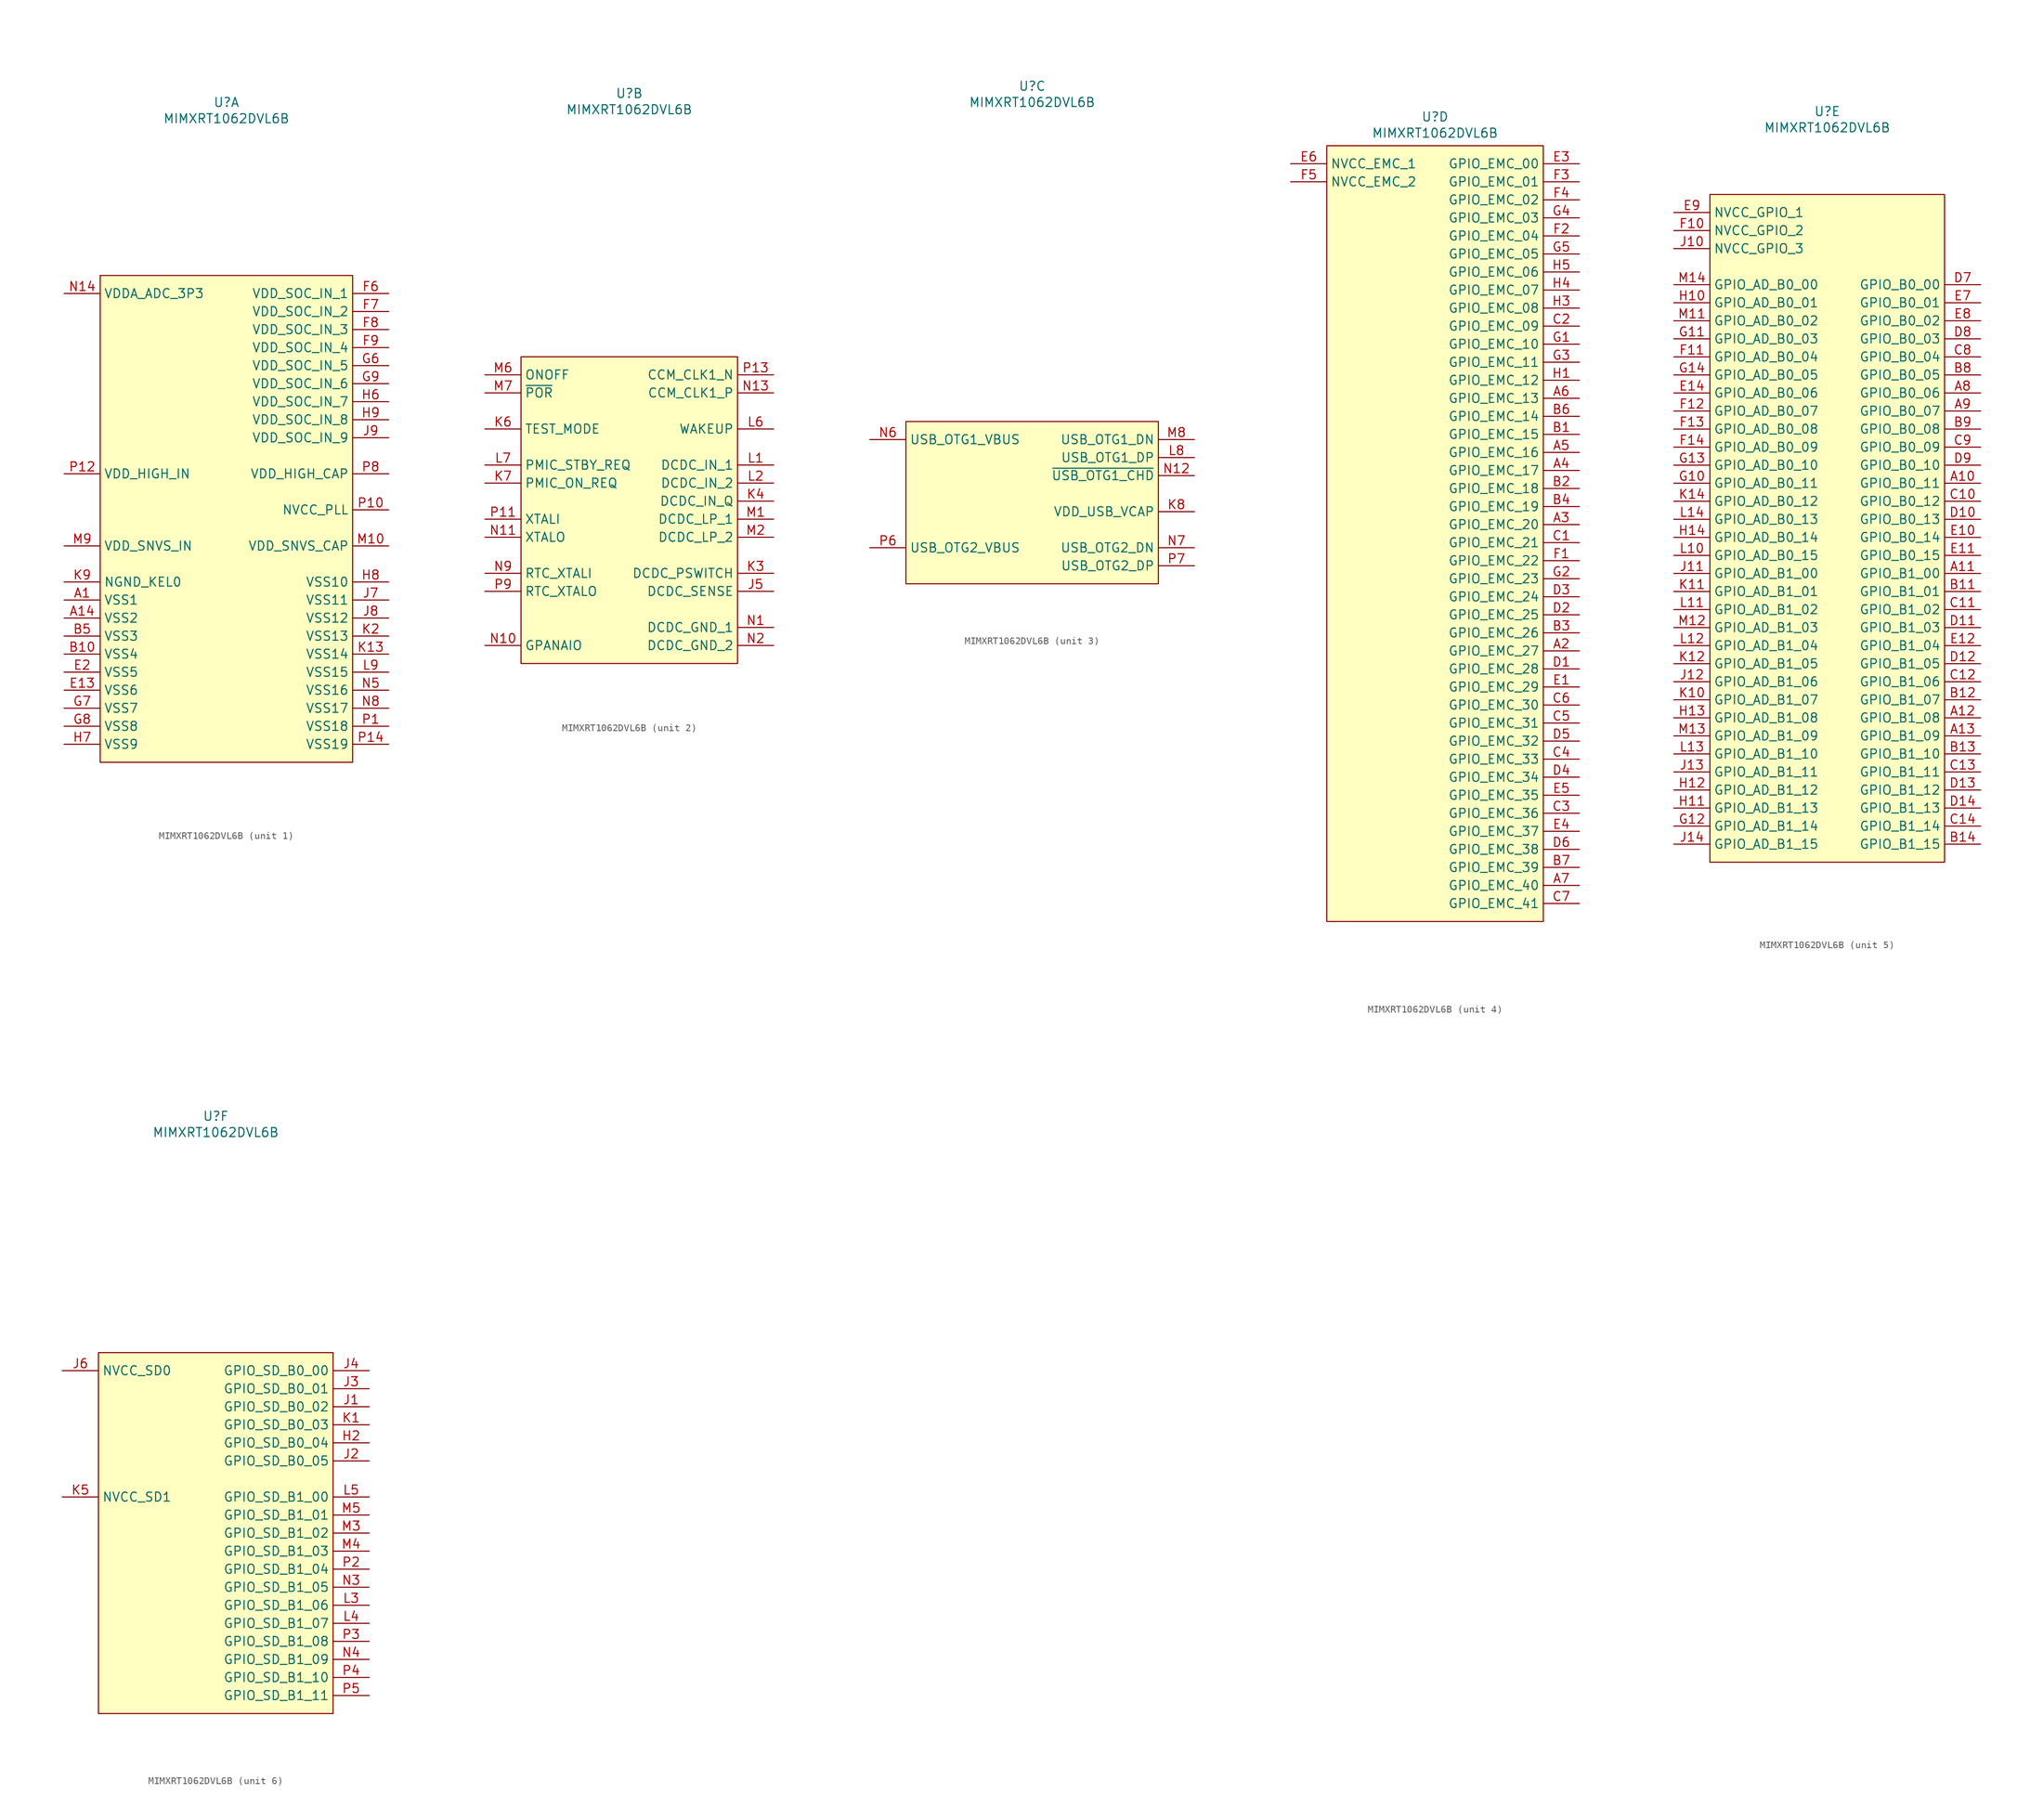
<source format=kicad_sym>
(kicad_symbol_lib
  (version 20241209)
  (generator "kicad_symbol_editor")
  (generator_version "9.0")
  (symbol "MIMXRT1062DVL6B"
    (property "Reference" "U"
      (at 0 58.674 0)
      (effects (font (size 1.27 1.27))))
    (property "Value" "MIMXRT1062DVL6B"
      (at 0 56.388 0)
      (effects (font (size 1.27 1.27))))
    (property "ki_locked" ""
      (at 0 0 0)
      (effects (font (size 1.27 1.27))))
    (symbol "MIMXRT1062DVL6B_1_1"
      (rectangle (start -17.78 34.29) (end 17.78 -34.29) (stroke (width 0) (type solid)) (fill (type color) (color 255 255 194 1)))
      (pin power_in line (at -22.86 31.75 0) (length 5.08) (name "VDDA_ADC_3P3" (effects (font (size 1.27 1.27)))) (number "N14" (effects (font (size 1.27 1.27)))))
      (pin power_in line (at -22.86 6.35 0) (length 5.08) (name "VDD_HIGH_IN" (effects (font (size 1.27 1.27)))) (number "P12" (effects (font (size 1.27 1.27)))))
      (pin power_in line (at -22.86 -3.81 0) (length 5.08) (name "VDD_SNVS_IN" (effects (font (size 1.27 1.27)))) (number "M9" (effects (font (size 1.27 1.27)))))
      (pin power_in line (at -22.86 -8.89 0) (length 5.08) (name "NGND_KEL0" (effects (font (size 1.27 1.27)))) (number "K9" (effects (font (size 1.27 1.27)))))
      (pin power_in line (at -22.86 -11.43 0) (length 5.08) (name "VSS1" (effects (font (size 1.27 1.27)))) (number "A1" (effects (font (size 1.27 1.27)))))
      (pin power_in line (at -22.86 -13.97 0) (length 5.08) (name "VSS2" (effects (font (size 1.27 1.27)))) (number "A14" (effects (font (size 1.27 1.27)))))
      (pin power_in line (at -22.86 -16.51 0) (length 5.08) (name "VSS3" (effects (font (size 1.27 1.27)))) (number "B5" (effects (font (size 1.27 1.27)))))
      (pin power_in line (at -22.86 -19.05 0) (length 5.08) (name "VSS4" (effects (font (size 1.27 1.27)))) (number "B10" (effects (font (size 1.27 1.27)))))
      (pin power_in line (at -22.86 -21.59 0) (length 5.08) (name "VSS5" (effects (font (size 1.27 1.27)))) (number "E2" (effects (font (size 1.27 1.27)))))
      (pin power_in line (at -22.86 -24.13 0) (length 5.08) (name "VSS6" (effects (font (size 1.27 1.27)))) (number "E13" (effects (font (size 1.27 1.27)))))
      (pin power_in line (at -22.86 -26.67 0) (length 5.08) (name "VSS7" (effects (font (size 1.27 1.27)))) (number "G7" (effects (font (size 1.27 1.27)))))
      (pin power_in line (at -22.86 -29.21 0) (length 5.08) (name "VSS8" (effects (font (size 1.27 1.27)))) (number "G8" (effects (font (size 1.27 1.27)))))
      (pin power_in line (at -22.86 -31.75 0) (length 5.08) (name "VSS9" (effects (font (size 1.27 1.27)))) (number "H7" (effects (font (size 1.27 1.27)))))
      (pin power_in line (at 22.86 31.75 180) (length 5.08) (name "VDD_SOC_IN_1" (effects (font (size 1.27 1.27)))) (number "F6" (effects (font (size 1.27 1.27)))))
      (pin power_in line (at 22.86 29.21 180) (length 5.08) (name "VDD_SOC_IN_2" (effects (font (size 1.27 1.27)))) (number "F7" (effects (font (size 1.27 1.27)))))
      (pin power_in line (at 22.86 26.67 180) (length 5.08) (name "VDD_SOC_IN_3" (effects (font (size 1.27 1.27)))) (number "F8" (effects (font (size 1.27 1.27)))))
      (pin power_in line (at 22.86 24.13 180) (length 5.08) (name "VDD_SOC_IN_4" (effects (font (size 1.27 1.27)))) (number "F9" (effects (font (size 1.27 1.27)))))
      (pin power_in line (at 22.86 21.59 180) (length 5.08) (name "VDD_SOC_IN_5" (effects (font (size 1.27 1.27)))) (number "G6" (effects (font (size 1.27 1.27)))))
      (pin power_in line (at 22.86 19.05 180) (length 5.08) (name "VDD_SOC_IN_6" (effects (font (size 1.27 1.27)))) (number "G9" (effects (font (size 1.27 1.27)))))
      (pin power_in line (at 22.86 16.51 180) (length 5.08) (name "VDD_SOC_IN_7" (effects (font (size 1.27 1.27)))) (number "H6" (effects (font (size 1.27 1.27)))))
      (pin power_in line (at 22.86 13.97 180) (length 5.08) (name "VDD_SOC_IN_8" (effects (font (size 1.27 1.27)))) (number "H9" (effects (font (size 1.27 1.27)))))
      (pin power_in line (at 22.86 11.43 180) (length 5.08) (name "VDD_SOC_IN_9" (effects (font (size 1.27 1.27)))) (number "J9" (effects (font (size 1.27 1.27)))))
      (pin power_in line (at 22.86 6.35 180) (length 5.08) (name "VDD_HIGH_CAP" (effects (font (size 1.27 1.27)))) (number "P8" (effects (font (size 1.27 1.27)))))
      (pin power_in line (at 22.86 1.27 180) (length 5.08) (name "NVCC_PLL" (effects (font (size 1.27 1.27)))) (number "P10" (effects (font (size 1.27 1.27)))))
      (pin power_in line (at 22.86 -3.81 180) (length 5.08) (name "VDD_SNVS_CAP" (effects (font (size 1.27 1.27)))) (number "M10" (effects (font (size 1.27 1.27)))))
      (pin power_in line (at 22.86 -8.89 180) (length 5.08) (name "VSS10" (effects (font (size 1.27 1.27)))) (number "H8" (effects (font (size 1.27 1.27)))))
      (pin power_in line (at 22.86 -11.43 180) (length 5.08) (name "VSS11" (effects (font (size 1.27 1.27)))) (number "J7" (effects (font (size 1.27 1.27)))))
      (pin power_in line (at 22.86 -13.97 180) (length 5.08) (name "VSS12" (effects (font (size 1.27 1.27)))) (number "J8" (effects (font (size 1.27 1.27)))))
      (pin power_in line (at 22.86 -16.51 180) (length 5.08) (name "VSS13" (effects (font (size 1.27 1.27)))) (number "K2" (effects (font (size 1.27 1.27)))))
      (pin power_in line (at 22.86 -19.05 180) (length 5.08) (name "VSS14" (effects (font (size 1.27 1.27)))) (number "K13" (effects (font (size 1.27 1.27)))))
      (pin power_in line (at 22.86 -21.59 180) (length 5.08) (name "VSS15" (effects (font (size 1.27 1.27)))) (number "L9" (effects (font (size 1.27 1.27)))))
      (pin power_in line (at 22.86 -24.13 180) (length 5.08) (name "VSS16" (effects (font (size 1.27 1.27)))) (number "N5" (effects (font (size 1.27 1.27)))))
      (pin power_in line (at 22.86 -26.67 180) (length 5.08) (name "VSS17" (effects (font (size 1.27 1.27)))) (number "N8" (effects (font (size 1.27 1.27)))))
      (pin power_in line (at 22.86 -29.21 180) (length 5.08) (name "VSS18" (effects (font (size 1.27 1.27)))) (number "P1" (effects (font (size 1.27 1.27)))))
      (pin power_in line (at 22.86 -31.75 180) (length 5.08) (name "VSS19" (effects (font (size 1.27 1.27)))) (number "P14" (effects (font (size 1.27 1.27))))))
    (symbol "MIMXRT1062DVL6B_2_1"
      (rectangle (start -15.24 21.59) (end 15.24 -21.59) (stroke (width 0) (type solid)) (fill (type color) (color 255 255 194 1)))
      (pin input line (at -20.32 19.05 0) (length 5.08) (name "ONOFF" (effects (font (size 1.27 1.27)))) (number "M6" (effects (font (size 1.27 1.27)))))
      (pin bidirectional line (at -20.32 16.51 0) (length 5.08) (name "~{POR}" (effects (font (size 1.27 1.27)))) (number "M7" (effects (font (size 1.27 1.27)))))
      (pin bidirectional line (at -20.32 11.43 0) (length 5.08) (name "TEST_MODE" (effects (font (size 1.27 1.27)))) (number "K6" (effects (font (size 1.27 1.27)))))
      (pin bidirectional line (at -20.32 6.35 0) (length 5.08) (name "PMIC_STBY_REQ" (effects (font (size 1.27 1.27)))) (number "L7" (effects (font (size 1.27 1.27)))))
      (pin bidirectional line (at -20.32 3.81 0) (length 5.08) (name "PMIC_ON_REQ" (effects (font (size 1.27 1.27)))) (number "K7" (effects (font (size 1.27 1.27)))))
      (pin input line (at -20.32 -1.27 0) (length 5.08) (name "XTALI" (effects (font (size 1.27 1.27)))) (number "P11" (effects (font (size 1.27 1.27)))))
      (pin bidirectional line (at -20.32 -3.81 0) (length 5.08) (name "XTALO" (effects (font (size 1.27 1.27)))) (number "N11" (effects (font (size 1.27 1.27)))))
      (pin input line (at -20.32 -8.89 0) (length 5.08) (name "RTC_XTALI" (effects (font (size 1.27 1.27)))) (number "N9" (effects (font (size 1.27 1.27)))))
      (pin bidirectional line (at -20.32 -11.43 0) (length 5.08) (name "RTC_XTALO" (effects (font (size 1.27 1.27)))) (number "P9" (effects (font (size 1.27 1.27)))))
      (pin bidirectional line (at -20.32 -19.05 0) (length 5.08) (name "GPANAIO" (effects (font (size 1.27 1.27)))) (number "N10" (effects (font (size 1.27 1.27)))))
      (pin bidirectional line (at 20.32 19.05 180) (length 5.08) (name "CCM_CLK1_N" (effects (font (size 1.27 1.27)))) (number "P13" (effects (font (size 1.27 1.27)))))
      (pin bidirectional line (at 20.32 16.51 180) (length 5.08) (name "CCM_CLK1_P" (effects (font (size 1.27 1.27)))) (number "N13" (effects (font (size 1.27 1.27)))))
      (pin bidirectional line (at 20.32 11.43 180) (length 5.08) (name "WAKEUP" (effects (font (size 1.27 1.27)))) (number "L6" (effects (font (size 1.27 1.27)))))
      (pin bidirectional line (at 20.32 6.35 180) (length 5.08) (name "DCDC_IN_1" (effects (font (size 1.27 1.27)))) (number "L1" (effects (font (size 1.27 1.27)))))
      (pin bidirectional line (at 20.32 3.81 180) (length 5.08) (name "DCDC_IN_2" (effects (font (size 1.27 1.27)))) (number "L2" (effects (font (size 1.27 1.27)))))
      (pin bidirectional line (at 20.32 1.27 180) (length 5.08) (name "DCDC_IN_Q" (effects (font (size 1.27 1.27)))) (number "K4" (effects (font (size 1.27 1.27)))))
      (pin bidirectional line (at 20.32 -1.27 180) (length 5.08) (name "DCDC_LP_1" (effects (font (size 1.27 1.27)))) (number "M1" (effects (font (size 1.27 1.27)))))
      (pin bidirectional line (at 20.32 -3.81 180) (length 5.08) (name "DCDC_LP_2" (effects (font (size 1.27 1.27)))) (number "M2" (effects (font (size 1.27 1.27)))))
      (pin bidirectional line (at 20.32 -8.89 180) (length 5.08) (name "DCDC_PSWITCH" (effects (font (size 1.27 1.27)))) (number "K3" (effects (font (size 1.27 1.27)))))
      (pin bidirectional line (at 20.32 -11.43 180) (length 5.08) (name "DCDC_SENSE" (effects (font (size 1.27 1.27)))) (number "J5" (effects (font (size 1.27 1.27)))))
      (pin power_in line (at 20.32 -16.51 180) (length 5.08) (name "DCDC_GND_1" (effects (font (size 1.27 1.27)))) (number "N1" (effects (font (size 1.27 1.27)))))
      (pin power_in line (at 20.32 -19.05 180) (length 5.08) (name "DCDC_GND_2" (effects (font (size 1.27 1.27)))) (number "N2" (effects (font (size 1.27 1.27))))))
    (symbol "MIMXRT1062DVL6B_3_1"
      (rectangle (start -17.78 11.43) (end 17.78 -11.43) (stroke (width 0) (type solid)) (fill (type color) (color 255 255 194 1)))
      (pin power_in line (at -22.86 8.89 0) (length 5.08) (name "USB_OTG1_VBUS" (effects (font (size 1.27 1.27)))) (number "N6" (effects (font (size 1.27 1.27)))))
      (pin power_in line (at -22.86 -6.35 0) (length 5.08) (name "USB_OTG2_VBUS" (effects (font (size 1.27 1.27)))) (number "P6" (effects (font (size 1.27 1.27)))))
      (pin bidirectional line (at 22.86 8.89 180) (length 5.08) (name "USB_OTG1_DN" (effects (font (size 1.27 1.27)))) (number "M8" (effects (font (size 1.27 1.27)))))
      (pin bidirectional line (at 22.86 6.35 180) (length 5.08) (name "USB_OTG1_DP" (effects (font (size 1.27 1.27)))) (number "L8" (effects (font (size 1.27 1.27)))))
      (pin bidirectional line (at 22.86 3.81 180) (length 5.08) (name "~{USB_OTG1_CHD}" (effects (font (size 1.27 1.27)))) (number "N12" (effects (font (size 1.27 1.27)))))
      (pin power_in line (at 22.86 -1.27 180) (length 5.08) (name "VDD_USB_VCAP" (effects (font (size 1.27 1.27)))) (number "K8" (effects (font (size 1.27 1.27)))))
      (pin bidirectional line (at 22.86 -6.35 180) (length 5.08) (name "USB_OTG2_DN" (effects (font (size 1.27 1.27)))) (number "N7" (effects (font (size 1.27 1.27)))))
      (pin bidirectional line (at 22.86 -8.89 180) (length 5.08) (name "USB_OTG2_DP" (effects (font (size 1.27 1.27)))) (number "P7" (effects (font (size 1.27 1.27))))))
    (symbol "MIMXRT1062DVL6B_4_1"
      (rectangle (start -15.24 54.61) (end 15.24 -54.61) (stroke (width 0) (type solid)) (fill (type color) (color 255 255 194 1)))
      (pin power_in line (at -20.32 52.07 0) (length 5.08) (name "NVCC_EMC_1" (effects (font (size 1.27 1.27)))) (number "E6" (effects (font (size 1.27 1.27)))))
      (pin power_in line (at -20.32 49.53 0) (length 5.08) (name "NVCC_EMC_2" (effects (font (size 1.27 1.27)))) (number "F5" (effects (font (size 1.27 1.27)))))
      (pin bidirectional line (at 20.32 52.07 180) (length 5.08) (name "GPIO_EMC_00" (effects (font (size 1.27 1.27)))) (number "E3" (effects (font (size 1.27 1.27)))))
      (pin bidirectional line (at 20.32 49.53 180) (length 5.08) (name "GPIO_EMC_01" (effects (font (size 1.27 1.27)))) (number "F3" (effects (font (size 1.27 1.27)))))
      (pin bidirectional line (at 20.32 46.99 180) (length 5.08) (name "GPIO_EMC_02" (effects (font (size 1.27 1.27)))) (number "F4" (effects (font (size 1.27 1.27)))))
      (pin bidirectional line (at 20.32 44.45 180) (length 5.08) (name "GPIO_EMC_03" (effects (font (size 1.27 1.27)))) (number "G4" (effects (font (size 1.27 1.27)))))
      (pin bidirectional line (at 20.32 41.91 180) (length 5.08) (name "GPIO_EMC_04" (effects (font (size 1.27 1.27)))) (number "F2" (effects (font (size 1.27 1.27)))))
      (pin bidirectional line (at 20.32 39.37 180) (length 5.08) (name "GPIO_EMC_05" (effects (font (size 1.27 1.27)))) (number "G5" (effects (font (size 1.27 1.27)))))
      (pin bidirectional line (at 20.32 36.83 180) (length 5.08) (name "GPIO_EMC_06" (effects (font (size 1.27 1.27)))) (number "H5" (effects (font (size 1.27 1.27)))))
      (pin bidirectional line (at 20.32 34.29 180) (length 5.08) (name "GPIO_EMC_07" (effects (font (size 1.27 1.27)))) (number "H4" (effects (font (size 1.27 1.27)))))
      (pin bidirectional line (at 20.32 31.75 180) (length 5.08) (name "GPIO_EMC_08" (effects (font (size 1.27 1.27)))) (number "H3" (effects (font (size 1.27 1.27)))))
      (pin bidirectional line (at 20.32 29.21 180) (length 5.08) (name "GPIO_EMC_09" (effects (font (size 1.27 1.27)))) (number "C2" (effects (font (size 1.27 1.27)))))
      (pin bidirectional line (at 20.32 26.67 180) (length 5.08) (name "GPIO_EMC_10" (effects (font (size 1.27 1.27)))) (number "G1" (effects (font (size 1.27 1.27)))))
      (pin bidirectional line (at 20.32 24.13 180) (length 5.08) (name "GPIO_EMC_11" (effects (font (size 1.27 1.27)))) (number "G3" (effects (font (size 1.27 1.27)))))
      (pin bidirectional line (at 20.32 21.59 180) (length 5.08) (name "GPIO_EMC_12" (effects (font (size 1.27 1.27)))) (number "H1" (effects (font (size 1.27 1.27)))))
      (pin bidirectional line (at 20.32 19.05 180) (length 5.08) (name "GPIO_EMC_13" (effects (font (size 1.27 1.27)))) (number "A6" (effects (font (size 1.27 1.27)))))
      (pin bidirectional line (at 20.32 16.51 180) (length 5.08) (name "GPIO_EMC_14" (effects (font (size 1.27 1.27)))) (number "B6" (effects (font (size 1.27 1.27)))))
      (pin bidirectional line (at 20.32 13.97 180) (length 5.08) (name "GPIO_EMC_15" (effects (font (size 1.27 1.27)))) (number "B1" (effects (font (size 1.27 1.27)))))
      (pin bidirectional line (at 20.32 11.43 180) (length 5.08) (name "GPIO_EMC_16" (effects (font (size 1.27 1.27)))) (number "A5" (effects (font (size 1.27 1.27)))))
      (pin bidirectional line (at 20.32 8.89 180) (length 5.08) (name "GPIO_EMC_17" (effects (font (size 1.27 1.27)))) (number "A4" (effects (font (size 1.27 1.27)))))
      (pin bidirectional line (at 20.32 6.35 180) (length 5.08) (name "GPIO_EMC_18" (effects (font (size 1.27 1.27)))) (number "B2" (effects (font (size 1.27 1.27)))))
      (pin bidirectional line (at 20.32 3.81 180) (length 5.08) (name "GPIO_EMC_19" (effects (font (size 1.27 1.27)))) (number "B4" (effects (font (size 1.27 1.27)))))
      (pin bidirectional line (at 20.32 1.27 180) (length 5.08) (name "GPIO_EMC_20" (effects (font (size 1.27 1.27)))) (number "A3" (effects (font (size 1.27 1.27)))))
      (pin bidirectional line (at 20.32 -1.27 180) (length 5.08) (name "GPIO_EMC_21" (effects (font (size 1.27 1.27)))) (number "C1" (effects (font (size 1.27 1.27)))))
      (pin bidirectional line (at 20.32 -3.81 180) (length 5.08) (name "GPIO_EMC_22" (effects (font (size 1.27 1.27)))) (number "F1" (effects (font (size 1.27 1.27)))))
      (pin bidirectional line (at 20.32 -6.35 180) (length 5.08) (name "GPIO_EMC_23" (effects (font (size 1.27 1.27)))) (number "G2" (effects (font (size 1.27 1.27)))))
      (pin bidirectional line (at 20.32 -8.89 180) (length 5.08) (name "GPIO_EMC_24" (effects (font (size 1.27 1.27)))) (number "D3" (effects (font (size 1.27 1.27)))))
      (pin bidirectional line (at 20.32 -11.43 180) (length 5.08) (name "GPIO_EMC_25" (effects (font (size 1.27 1.27)))) (number "D2" (effects (font (size 1.27 1.27)))))
      (pin bidirectional line (at 20.32 -13.97 180) (length 5.08) (name "GPIO_EMC_26" (effects (font (size 1.27 1.27)))) (number "B3" (effects (font (size 1.27 1.27)))))
      (pin bidirectional line (at 20.32 -16.51 180) (length 5.08) (name "GPIO_EMC_27" (effects (font (size 1.27 1.27)))) (number "A2" (effects (font (size 1.27 1.27)))))
      (pin bidirectional line (at 20.32 -19.05 180) (length 5.08) (name "GPIO_EMC_28" (effects (font (size 1.27 1.27)))) (number "D1" (effects (font (size 1.27 1.27)))))
      (pin bidirectional line (at 20.32 -21.59 180) (length 5.08) (name "GPIO_EMC_29" (effects (font (size 1.27 1.27)))) (number "E1" (effects (font (size 1.27 1.27)))))
      (pin bidirectional line (at 20.32 -24.13 180) (length 5.08) (name "GPIO_EMC_30" (effects (font (size 1.27 1.27)))) (number "C6" (effects (font (size 1.27 1.27)))))
      (pin bidirectional line (at 20.32 -26.67 180) (length 5.08) (name "GPIO_EMC_31" (effects (font (size 1.27 1.27)))) (number "C5" (effects (font (size 1.27 1.27)))))
      (pin bidirectional line (at 20.32 -29.21 180) (length 5.08) (name "GPIO_EMC_32" (effects (font (size 1.27 1.27)))) (number "D5" (effects (font (size 1.27 1.27)))))
      (pin bidirectional line (at 20.32 -31.75 180) (length 5.08) (name "GPIO_EMC_33" (effects (font (size 1.27 1.27)))) (number "C4" (effects (font (size 1.27 1.27)))))
      (pin bidirectional line (at 20.32 -34.29 180) (length 5.08) (name "GPIO_EMC_34" (effects (font (size 1.27 1.27)))) (number "D4" (effects (font (size 1.27 1.27)))))
      (pin bidirectional line (at 20.32 -36.83 180) (length 5.08) (name "GPIO_EMC_35" (effects (font (size 1.27 1.27)))) (number "E5" (effects (font (size 1.27 1.27)))))
      (pin bidirectional line (at 20.32 -39.37 180) (length 5.08) (name "GPIO_EMC_36" (effects (font (size 1.27 1.27)))) (number "C3" (effects (font (size 1.27 1.27)))))
      (pin bidirectional line (at 20.32 -41.91 180) (length 5.08) (name "GPIO_EMC_37" (effects (font (size 1.27 1.27)))) (number "E4" (effects (font (size 1.27 1.27)))))
      (pin bidirectional line (at 20.32 -44.45 180) (length 5.08) (name "GPIO_EMC_38" (effects (font (size 1.27 1.27)))) (number "D6" (effects (font (size 1.27 1.27)))))
      (pin bidirectional line (at 20.32 -46.99 180) (length 5.08) (name "GPIO_EMC_39" (effects (font (size 1.27 1.27)))) (number "B7" (effects (font (size 1.27 1.27)))))
      (pin bidirectional line (at 20.32 -49.53 180) (length 5.08) (name "GPIO_EMC_40" (effects (font (size 1.27 1.27)))) (number "A7" (effects (font (size 1.27 1.27)))))
      (pin bidirectional line (at 20.32 -52.07 180) (length 5.08) (name "GPIO_EMC_41" (effects (font (size 1.27 1.27)))) (number "C7" (effects (font (size 1.27 1.27))))))
    (symbol "MIMXRT1062DVL6B_5_1"
      (rectangle (start -16.51 46.99) (end 16.51 -46.99) (stroke (width 0) (type solid)) (fill (type color) (color 255 255 194 1)))
      (pin power_in line (at -21.59 44.45 0) (length 5.08) (name "NVCC_GPIO_1" (effects (font (size 1.27 1.27)))) (number "E9" (effects (font (size 1.27 1.27)))))
      (pin power_in line (at -21.59 41.91 0) (length 5.08) (name "NVCC_GPIO_2" (effects (font (size 1.27 1.27)))) (number "F10" (effects (font (size 1.27 1.27)))))
      (pin power_in line (at -21.59 39.37 0) (length 5.08) (name "NVCC_GPIO_3" (effects (font (size 1.27 1.27)))) (number "J10" (effects (font (size 1.27 1.27)))))
      (pin bidirectional line (at -21.59 34.29 0) (length 5.08) (name "GPIO_AD_B0_00" (effects (font (size 1.27 1.27)))) (number "M14" (effects (font (size 1.27 1.27)))))
      (pin bidirectional line (at -21.59 31.75 0) (length 5.08) (name "GPIO_AD_B0_01" (effects (font (size 1.27 1.27)))) (number "H10" (effects (font (size 1.27 1.27)))))
      (pin bidirectional line (at -21.59 29.21 0) (length 5.08) (name "GPIO_AD_B0_02" (effects (font (size 1.27 1.27)))) (number "M11" (effects (font (size 1.27 1.27)))))
      (pin bidirectional line (at -21.59 26.67 0) (length 5.08) (name "GPIO_AD_B0_03" (effects (font (size 1.27 1.27)))) (number "G11" (effects (font (size 1.27 1.27)))))
      (pin bidirectional line (at -21.59 24.13 0) (length 5.08) (name "GPIO_AD_B0_04" (effects (font (size 1.27 1.27)))) (number "F11" (effects (font (size 1.27 1.27)))))
      (pin bidirectional line (at -21.59 21.59 0) (length 5.08) (name "GPIO_AD_B0_05" (effects (font (size 1.27 1.27)))) (number "G14" (effects (font (size 1.27 1.27)))))
      (pin bidirectional line (at -21.59 19.05 0) (length 5.08) (name "GPIO_AD_B0_06" (effects (font (size 1.27 1.27)))) (number "E14" (effects (font (size 1.27 1.27)))))
      (pin bidirectional line (at -21.59 16.51 0) (length 5.08) (name "GPIO_AD_B0_07" (effects (font (size 1.27 1.27)))) (number "F12" (effects (font (size 1.27 1.27)))))
      (pin bidirectional line (at -21.59 13.97 0) (length 5.08) (name "GPIO_AD_B0_08" (effects (font (size 1.27 1.27)))) (number "F13" (effects (font (size 1.27 1.27)))))
      (pin bidirectional line (at -21.59 11.43 0) (length 5.08) (name "GPIO_AD_B0_09" (effects (font (size 1.27 1.27)))) (number "F14" (effects (font (size 1.27 1.27)))))
      (pin bidirectional line (at -21.59 8.89 0) (length 5.08) (name "GPIO_AD_B0_10" (effects (font (size 1.27 1.27)))) (number "G13" (effects (font (size 1.27 1.27)))))
      (pin bidirectional line (at -21.59 6.35 0) (length 5.08) (name "GPIO_AD_B0_11" (effects (font (size 1.27 1.27)))) (number "G10" (effects (font (size 1.27 1.27)))))
      (pin bidirectional line (at -21.59 3.81 0) (length 5.08) (name "GPIO_AD_B0_12" (effects (font (size 1.27 1.27)))) (number "K14" (effects (font (size 1.27 1.27)))))
      (pin bidirectional line (at -21.59 1.27 0) (length 5.08) (name "GPIO_AD_B0_13" (effects (font (size 1.27 1.27)))) (number "L14" (effects (font (size 1.27 1.27)))))
      (pin bidirectional line (at -21.59 -1.27 0) (length 5.08) (name "GPIO_AD_B0_14" (effects (font (size 1.27 1.27)))) (number "H14" (effects (font (size 1.27 1.27)))))
      (pin bidirectional line (at -21.59 -3.81 0) (length 5.08) (name "GPIO_AD_B0_15" (effects (font (size 1.27 1.27)))) (number "L10" (effects (font (size 1.27 1.27)))))
      (pin bidirectional line (at -21.59 -6.35 0) (length 5.08) (name "GPIO_AD_B1_00" (effects (font (size 1.27 1.27)))) (number "J11" (effects (font (size 1.27 1.27)))))
      (pin bidirectional line (at -21.59 -8.89 0) (length 5.08) (name "GPIO_AD_B1_01" (effects (font (size 1.27 1.27)))) (number "K11" (effects (font (size 1.27 1.27)))))
      (pin bidirectional line (at -21.59 -11.43 0) (length 5.08) (name "GPIO_AD_B1_02" (effects (font (size 1.27 1.27)))) (number "L11" (effects (font (size 1.27 1.27)))))
      (pin bidirectional line (at -21.59 -13.97 0) (length 5.08) (name "GPIO_AD_B1_03" (effects (font (size 1.27 1.27)))) (number "M12" (effects (font (size 1.27 1.27)))))
      (pin bidirectional line (at -21.59 -16.51 0) (length 5.08) (name "GPIO_AD_B1_04" (effects (font (size 1.27 1.27)))) (number "L12" (effects (font (size 1.27 1.27)))))
      (pin bidirectional line (at -21.59 -19.05 0) (length 5.08) (name "GPIO_AD_B1_05" (effects (font (size 1.27 1.27)))) (number "K12" (effects (font (size 1.27 1.27)))))
      (pin bidirectional line (at -21.59 -21.59 0) (length 5.08) (name "GPIO_AD_B1_06" (effects (font (size 1.27 1.27)))) (number "J12" (effects (font (size 1.27 1.27)))))
      (pin bidirectional line (at -21.59 -24.13 0) (length 5.08) (name "GPIO_AD_B1_07" (effects (font (size 1.27 1.27)))) (number "K10" (effects (font (size 1.27 1.27)))))
      (pin bidirectional line (at -21.59 -26.67 0) (length 5.08) (name "GPIO_AD_B1_08" (effects (font (size 1.27 1.27)))) (number "H13" (effects (font (size 1.27 1.27)))))
      (pin bidirectional line (at -21.59 -29.21 0) (length 5.08) (name "GPIO_AD_B1_09" (effects (font (size 1.27 1.27)))) (number "M13" (effects (font (size 1.27 1.27)))))
      (pin bidirectional line (at -21.59 -31.75 0) (length 5.08) (name "GPIO_AD_B1_10" (effects (font (size 1.27 1.27)))) (number "L13" (effects (font (size 1.27 1.27)))))
      (pin bidirectional line (at -21.59 -34.29 0) (length 5.08) (name "GPIO_AD_B1_11" (effects (font (size 1.27 1.27)))) (number "J13" (effects (font (size 1.27 1.27)))))
      (pin bidirectional line (at -21.59 -36.83 0) (length 5.08) (name "GPIO_AD_B1_12" (effects (font (size 1.27 1.27)))) (number "H12" (effects (font (size 1.27 1.27)))))
      (pin bidirectional line (at -21.59 -39.37 0) (length 5.08) (name "GPIO_AD_B1_13" (effects (font (size 1.27 1.27)))) (number "H11" (effects (font (size 1.27 1.27)))))
      (pin bidirectional line (at -21.59 -41.91 0) (length 5.08) (name "GPIO_AD_B1_14" (effects (font (size 1.27 1.27)))) (number "G12" (effects (font (size 1.27 1.27)))))
      (pin bidirectional line (at -21.59 -44.45 0) (length 5.08) (name "GPIO_AD_B1_15" (effects (font (size 1.27 1.27)))) (number "J14" (effects (font (size 1.27 1.27)))))
      (pin bidirectional line (at 21.59 34.29 180) (length 5.08) (name "GPIO_B0_00" (effects (font (size 1.27 1.27)))) (number "D7" (effects (font (size 1.27 1.27)))))
      (pin bidirectional line (at 21.59 31.75 180) (length 5.08) (name "GPIO_B0_01" (effects (font (size 1.27 1.27)))) (number "E7" (effects (font (size 1.27 1.27)))))
      (pin bidirectional line (at 21.59 29.21 180) (length 5.08) (name "GPIO_B0_02" (effects (font (size 1.27 1.27)))) (number "E8" (effects (font (size 1.27 1.27)))))
      (pin bidirectional line (at 21.59 26.67 180) (length 5.08) (name "GPIO_B0_03" (effects (font (size 1.27 1.27)))) (number "D8" (effects (font (size 1.27 1.27)))))
      (pin bidirectional line (at 21.59 24.13 180) (length 5.08) (name "GPIO_B0_04" (effects (font (size 1.27 1.27)))) (number "C8" (effects (font (size 1.27 1.27)))))
      (pin bidirectional line (at 21.59 21.59 180) (length 5.08) (name "GPIO_B0_05" (effects (font (size 1.27 1.27)))) (number "B8" (effects (font (size 1.27 1.27)))))
      (pin bidirectional line (at 21.59 19.05 180) (length 5.08) (name "GPIO_B0_06" (effects (font (size 1.27 1.27)))) (number "A8" (effects (font (size 1.27 1.27)))))
      (pin bidirectional line (at 21.59 16.51 180) (length 5.08) (name "GPIO_B0_07" (effects (font (size 1.27 1.27)))) (number "A9" (effects (font (size 1.27 1.27)))))
      (pin bidirectional line (at 21.59 13.97 180) (length 5.08) (name "GPIO_B0_08" (effects (font (size 1.27 1.27)))) (number "B9" (effects (font (size 1.27 1.27)))))
      (pin bidirectional line (at 21.59 11.43 180) (length 5.08) (name "GPIO_B0_09" (effects (font (size 1.27 1.27)))) (number "C9" (effects (font (size 1.27 1.27)))))
      (pin bidirectional line (at 21.59 8.89 180) (length 5.08) (name "GPIO_B0_10" (effects (font (size 1.27 1.27)))) (number "D9" (effects (font (size 1.27 1.27)))))
      (pin bidirectional line (at 21.59 6.35 180) (length 5.08) (name "GPIO_B0_11" (effects (font (size 1.27 1.27)))) (number "A10" (effects (font (size 1.27 1.27)))))
      (pin bidirectional line (at 21.59 3.81 180) (length 5.08) (name "GPIO_B0_12" (effects (font (size 1.27 1.27)))) (number "C10" (effects (font (size 1.27 1.27)))))
      (pin bidirectional line (at 21.59 1.27 180) (length 5.08) (name "GPIO_B0_13" (effects (font (size 1.27 1.27)))) (number "D10" (effects (font (size 1.27 1.27)))))
      (pin bidirectional line (at 21.59 -1.27 180) (length 5.08) (name "GPIO_B0_14" (effects (font (size 1.27 1.27)))) (number "E10" (effects (font (size 1.27 1.27)))))
      (pin bidirectional line (at 21.59 -3.81 180) (length 5.08) (name "GPIO_B0_15" (effects (font (size 1.27 1.27)))) (number "E11" (effects (font (size 1.27 1.27)))))
      (pin bidirectional line (at 21.59 -6.35 180) (length 5.08) (name "GPIO_B1_00" (effects (font (size 1.27 1.27)))) (number "A11" (effects (font (size 1.27 1.27)))))
      (pin bidirectional line (at 21.59 -8.89 180) (length 5.08) (name "GPIO_B1_01" (effects (font (size 1.27 1.27)))) (number "B11" (effects (font (size 1.27 1.27)))))
      (pin bidirectional line (at 21.59 -11.43 180) (length 5.08) (name "GPIO_B1_02" (effects (font (size 1.27 1.27)))) (number "C11" (effects (font (size 1.27 1.27)))))
      (pin bidirectional line (at 21.59 -13.97 180) (length 5.08) (name "GPIO_B1_03" (effects (font (size 1.27 1.27)))) (number "D11" (effects (font (size 1.27 1.27)))))
      (pin bidirectional line (at 21.59 -16.51 180) (length 5.08) (name "GPIO_B1_04" (effects (font (size 1.27 1.27)))) (number "E12" (effects (font (size 1.27 1.27)))))
      (pin bidirectional line (at 21.59 -19.05 180) (length 5.08) (name "GPIO_B1_05" (effects (font (size 1.27 1.27)))) (number "D12" (effects (font (size 1.27 1.27)))))
      (pin bidirectional line (at 21.59 -21.59 180) (length 5.08) (name "GPIO_B1_06" (effects (font (size 1.27 1.27)))) (number "C12" (effects (font (size 1.27 1.27)))))
      (pin bidirectional line (at 21.59 -24.13 180) (length 5.08) (name "GPIO_B1_07" (effects (font (size 1.27 1.27)))) (number "B12" (effects (font (size 1.27 1.27)))))
      (pin bidirectional line (at 21.59 -26.67 180) (length 5.08) (name "GPIO_B1_08" (effects (font (size 1.27 1.27)))) (number "A12" (effects (font (size 1.27 1.27)))))
      (pin bidirectional line (at 21.59 -29.21 180) (length 5.08) (name "GPIO_B1_09" (effects (font (size 1.27 1.27)))) (number "A13" (effects (font (size 1.27 1.27)))))
      (pin bidirectional line (at 21.59 -31.75 180) (length 5.08) (name "GPIO_B1_10" (effects (font (size 1.27 1.27)))) (number "B13" (effects (font (size 1.27 1.27)))))
      (pin bidirectional line (at 21.59 -34.29 180) (length 5.08) (name "GPIO_B1_11" (effects (font (size 1.27 1.27)))) (number "C13" (effects (font (size 1.27 1.27)))))
      (pin bidirectional line (at 21.59 -36.83 180) (length 5.08) (name "GPIO_B1_12" (effects (font (size 1.27 1.27)))) (number "D13" (effects (font (size 1.27 1.27)))))
      (pin bidirectional line (at 21.59 -39.37 180) (length 5.08) (name "GPIO_B1_13" (effects (font (size 1.27 1.27)))) (number "D14" (effects (font (size 1.27 1.27)))))
      (pin bidirectional line (at 21.59 -41.91 180) (length 5.08) (name "GPIO_B1_14" (effects (font (size 1.27 1.27)))) (number "C14" (effects (font (size 1.27 1.27)))))
      (pin bidirectional line (at 21.59 -44.45 180) (length 5.08) (name "GPIO_B1_15" (effects (font (size 1.27 1.27)))) (number "B14" (effects (font (size 1.27 1.27))))))
    (symbol "MIMXRT1062DVL6B_6_1"
      (rectangle (start -16.51 25.4) (end 16.51 -25.4) (stroke (width 0) (type solid)) (fill (type color) (color 255 255 194 1)))
      (pin power_in line (at -21.59 22.86 0) (length 5.08) (name "NVCC_SD0" (effects (font (size 1.27 1.27)))) (number "J6" (effects (font (size 1.27 1.27)))))
      (pin power_in line (at -21.59 5.08 0) (length 5.08) (name "NVCC_SD1" (effects (font (size 1.27 1.27)))) (number "K5" (effects (font (size 1.27 1.27)))))
      (pin bidirectional line (at 21.59 22.86 180) (length 5.08) (name "GPIO_SD_B0_00" (effects (font (size 1.27 1.27)))) (number "J4" (effects (font (size 1.27 1.27)))))
      (pin bidirectional line (at 21.59 20.32 180) (length 5.08) (name "GPIO_SD_B0_01" (effects (font (size 1.27 1.27)))) (number "J3" (effects (font (size 1.27 1.27)))))
      (pin bidirectional line (at 21.59 17.78 180) (length 5.08) (name "GPIO_SD_B0_02" (effects (font (size 1.27 1.27)))) (number "J1" (effects (font (size 1.27 1.27)))))
      (pin bidirectional line (at 21.59 15.24 180) (length 5.08) (name "GPIO_SD_B0_03" (effects (font (size 1.27 1.27)))) (number "K1" (effects (font (size 1.27 1.27)))))
      (pin bidirectional line (at 21.59 12.7 180) (length 5.08) (name "GPIO_SD_B0_04" (effects (font (size 1.27 1.27)))) (number "H2" (effects (font (size 1.27 1.27)))))
      (pin bidirectional line (at 21.59 10.16 180) (length 5.08) (name "GPIO_SD_B0_05" (effects (font (size 1.27 1.27)))) (number "J2" (effects (font (size 1.27 1.27)))))
      (pin bidirectional line (at 21.59 5.08 180) (length 5.08) (name "GPIO_SD_B1_00" (effects (font (size 1.27 1.27)))) (number "L5" (effects (font (size 1.27 1.27)))))
      (pin bidirectional line (at 21.59 2.54 180) (length 5.08) (name "GPIO_SD_B1_01" (effects (font (size 1.27 1.27)))) (number "M5" (effects (font (size 1.27 1.27)))))
      (pin bidirectional line (at 21.59 0 180) (length 5.08) (name "GPIO_SD_B1_02" (effects (font (size 1.27 1.27)))) (number "M3" (effects (font (size 1.27 1.27)))))
      (pin bidirectional line (at 21.59 -2.54 180) (length 5.08) (name "GPIO_SD_B1_03" (effects (font (size 1.27 1.27)))) (number "M4" (effects (font (size 1.27 1.27)))))
      (pin bidirectional line (at 21.59 -5.08 180) (length 5.08) (name "GPIO_SD_B1_04" (effects (font (size 1.27 1.27)))) (number "P2" (effects (font (size 1.27 1.27)))))
      (pin bidirectional line (at 21.59 -7.62 180) (length 5.08) (name "GPIO_SD_B1_05" (effects (font (size 1.27 1.27)))) (number "N3" (effects (font (size 1.27 1.27)))))
      (pin bidirectional line (at 21.59 -10.16 180) (length 5.08) (name "GPIO_SD_B1_06" (effects (font (size 1.27 1.27)))) (number "L3" (effects (font (size 1.27 1.27)))))
      (pin bidirectional line (at 21.59 -12.7 180) (length 5.08) (name "GPIO_SD_B1_07" (effects (font (size 1.27 1.27)))) (number "L4" (effects (font (size 1.27 1.27)))))
      (pin bidirectional line (at 21.59 -15.24 180) (length 5.08) (name "GPIO_SD_B1_08" (effects (font (size 1.27 1.27)))) (number "P3" (effects (font (size 1.27 1.27)))))
      (pin bidirectional line (at 21.59 -17.78 180) (length 5.08) (name "GPIO_SD_B1_09" (effects (font (size 1.27 1.27)))) (number "N4" (effects (font (size 1.27 1.27)))))
      (pin bidirectional line (at 21.59 -20.32 180) (length 5.08) (name "GPIO_SD_B1_10" (effects (font (size 1.27 1.27)))) (number "P4" (effects (font (size 1.27 1.27)))))
      (pin bidirectional line (at 21.59 -22.86 180) (length 5.08) (name "GPIO_SD_B1_11" (effects (font (size 1.27 1.27)))) (number "P5" (effects (font (size 1.27 1.27))))))))
</source>
